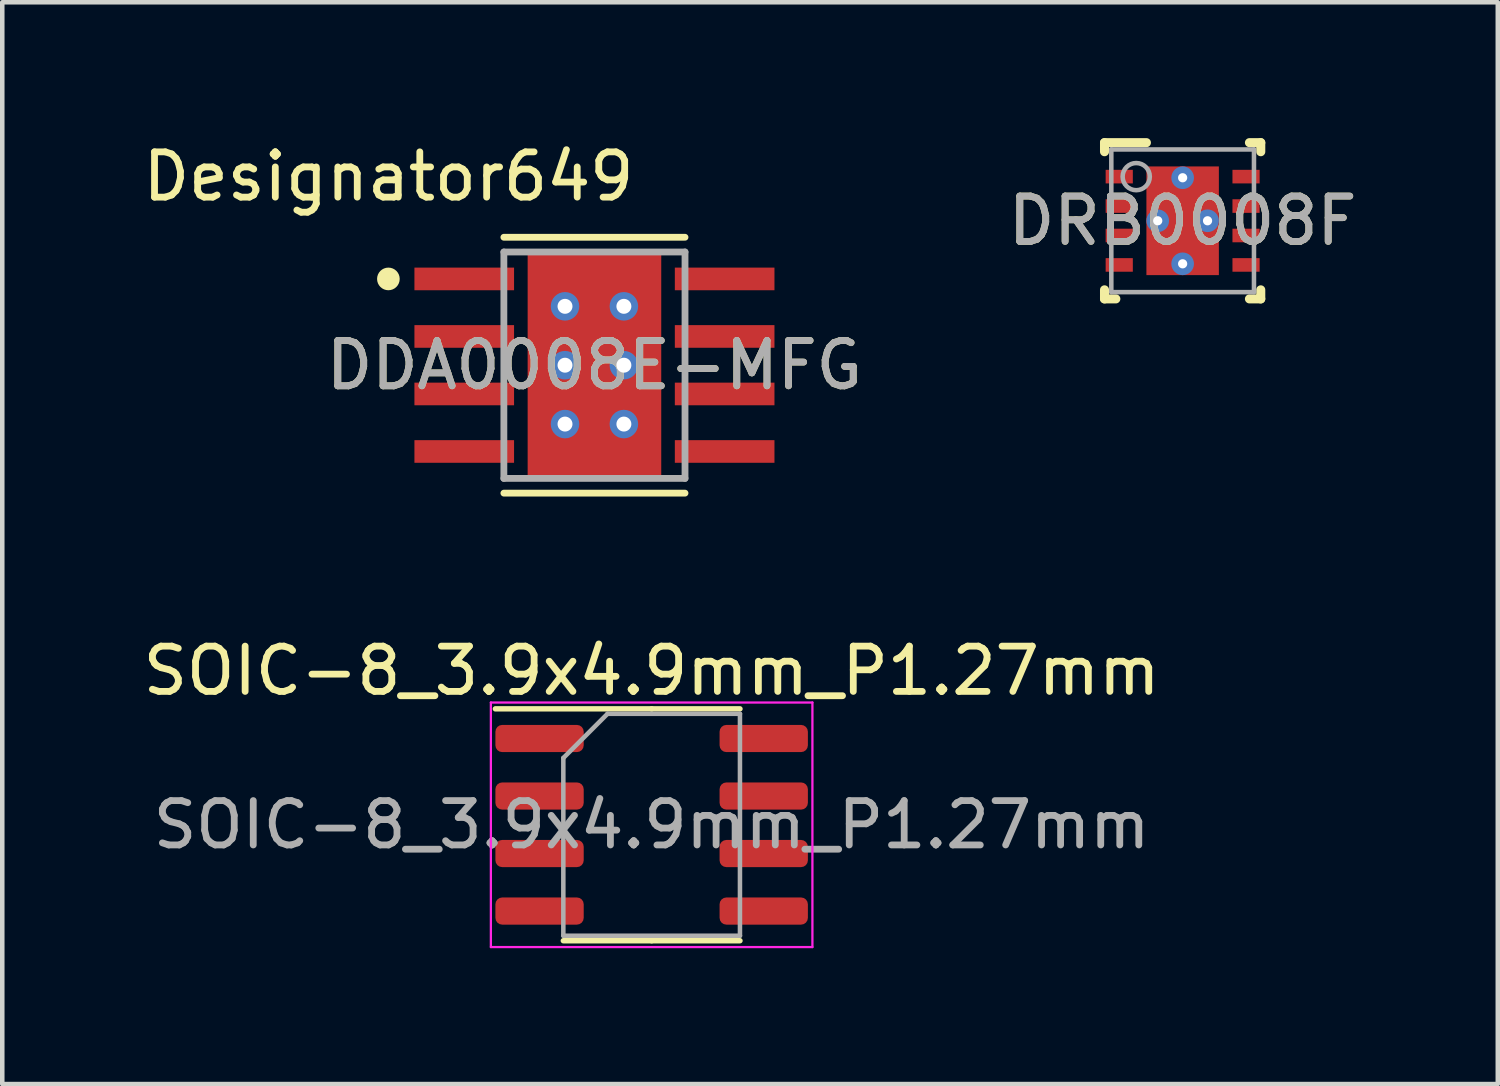
<source format=kicad_pcb>
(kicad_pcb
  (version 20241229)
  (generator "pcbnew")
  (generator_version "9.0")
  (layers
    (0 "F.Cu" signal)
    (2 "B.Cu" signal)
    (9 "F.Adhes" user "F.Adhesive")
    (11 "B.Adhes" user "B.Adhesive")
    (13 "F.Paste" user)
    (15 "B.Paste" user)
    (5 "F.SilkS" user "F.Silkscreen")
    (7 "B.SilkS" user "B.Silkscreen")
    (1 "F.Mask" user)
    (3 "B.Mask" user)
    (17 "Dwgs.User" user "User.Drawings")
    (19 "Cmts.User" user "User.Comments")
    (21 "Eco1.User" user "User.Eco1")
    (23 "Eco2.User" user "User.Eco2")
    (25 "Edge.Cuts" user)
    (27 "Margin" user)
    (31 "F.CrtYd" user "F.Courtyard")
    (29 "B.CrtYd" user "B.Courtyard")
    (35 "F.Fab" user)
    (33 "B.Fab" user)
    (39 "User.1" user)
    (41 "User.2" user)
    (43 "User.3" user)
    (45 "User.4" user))
  (footprint "SOIC-8_3.9x4.9mm_P1.27mm"
    (layer "F.Cu")
    (at 11.339 15.162)
    (property "Reference" "SOIC-8_3.9x4.9mm_P1.27mm" (at 0 -3.4 0) (layer "F.SilkS") (effects (font (size 1 1) (thickness 0.15))))
    (attr smd)
    (fp_line (start 0 -2.56) (end -3.45 -2.56) (stroke (width 0.12) (type solid)) (layer "F.SilkS"))
    (fp_line (start 0 -2.56) (end 1.95 -2.56) (stroke (width 0.12) (type solid)) (layer "F.SilkS"))
    (fp_line (start 0 2.56) (end -1.95 2.56) (stroke (width 0.12) (type solid)) (layer "F.SilkS"))
    (fp_line (start 0 2.56) (end 1.95 2.56) (stroke (width 0.12) (type solid)) (layer "F.SilkS"))
    (fp_line (start -3.55 -2.7) (end -3.55 2.7) (stroke (width 0.05) (type solid)) (layer "F.CrtYd"))
    (fp_line (start -3.55 2.7) (end 3.55 2.7) (stroke (width 0.05) (type solid)) (layer "F.CrtYd"))
    (fp_line (start 3.55 -2.7) (end -3.55 -2.7) (stroke (width 0.05) (type solid)) (layer "F.CrtYd"))
    (fp_line (start 3.55 2.7) (end 3.55 -2.7) (stroke (width 0.05) (type solid)) (layer "F.CrtYd"))
    (fp_line (start -1.95 -1.475) (end -0.975 -2.45) (stroke (width 0.1) (type solid)) (layer "F.Fab"))
    (fp_line (start -1.95 2.45) (end -1.95 -1.475) (stroke (width 0.1) (type solid)) (layer "F.Fab"))
    (fp_line (start -0.975 -2.45) (end 1.95 -2.45) (stroke (width 0.1) (type solid)) (layer "F.Fab"))
    (fp_line (start 1.95 -2.45) (end 1.95 2.45) (stroke (width 0.1) (type solid)) (layer "F.Fab"))
    (fp_line (start 1.95 2.45) (end -1.95 2.45) (stroke (width 0.1) (type solid)) (layer "F.Fab"))
    (fp_text user "${REFERENCE}" (at 0 0 0) (layer "F.Fab") (effects (font (size 0.98 0.98) (thickness 0.15))))
    (pad "1" smd roundrect (at -2.475 -1.905) (size 1.95 0.6) (layers "F.Cu" "F.Mask" "F.Paste") (roundrect_rratio 0.25))
    (pad "2" smd roundrect (at -2.475 -0.635) (size 1.95 0.6) (layers "F.Cu" "F.Mask" "F.Paste") (roundrect_rratio 0.25))
    (pad "3" smd roundrect (at -2.475 0.635) (size 1.95 0.6) (layers "F.Cu" "F.Mask" "F.Paste") (roundrect_rratio 0.25))
    (pad "4" smd roundrect (at -2.475 1.905) (size 1.95 0.6) (layers "F.Cu" "F.Mask" "F.Paste") (roundrect_rratio 0.25))
    (pad "5" smd roundrect (at 2.475 1.905) (size 1.95 0.6) (layers "F.Cu" "F.Mask" "F.Paste") (roundrect_rratio 0.25))
    (pad "6" smd roundrect (at 2.475 0.635) (size 1.95 0.6) (layers "F.Cu" "F.Mask" "F.Paste") (roundrect_rratio 0.25))
    (pad "7" smd roundrect (at 2.475 -0.635) (size 1.95 0.6) (layers "F.Cu" "F.Mask" "F.Paste") (roundrect_rratio 0.25))
    (pad "8" smd roundrect (at 2.475 -1.905) (size 1.95 0.6) (layers "F.Cu" "F.Mask" "F.Paste") (roundrect_rratio 0.25)))
  (footprint "DDA0008E-MFG"
    (layer "F.Cu")
    (at 10.076 5.014)
    (property "Reference" "DDA0008E-MFG" (at 0 0 0) (unlocked yes) (layer "F.SilkS") (effects (font (size 1 1) (thickness 0.15))))
    (attr smd)
    (fp_poly (pts (xy -1.2 1.5) (xy -1.2 -1.5) (xy -1.15 -1.55) (xy 1.15 -1.55) (xy 1.2 -1.5) (xy 1.2 1.5) (xy 1.15 1.55) (xy -1.15 1.55)) (stroke (width 0) (type solid)) (fill yes) (layer "F.Mask"))
    (fp_line (start -2 -2.825) (end 2 -2.825) (stroke (width 0.15) (type solid)) (layer "F.SilkS"))
    (fp_line (start -2 2.825) (end 2 2.825) (stroke (width 0.15) (type solid)) (layer "F.SilkS"))
    (fp_circle (center -4.55 -1.905) (end -4.425 -1.905) (stroke (width 0.25) (type solid)) (fill no) (layer "F.SilkS"))
    (fp_poly (pts (xy -3.95 0.46) (xy -3.9 0.41) (xy -1.85 0.41) (xy -1.8 0.46) (xy -1.8 0.81) (xy -1.85 0.86) (xy -3.9 0.86) (xy -3.95 0.81)) (stroke (width 0) (type solid)) (fill yes) (layer "F.Paste"))
    (fp_poly (pts (xy -3.9 -0.41) (xy -3.95 -0.46) (xy -3.95 -0.81) (xy -3.9 -0.86) (xy -1.85 -0.86) (xy -1.8 -0.81) (xy -1.8 -0.46) (xy -1.85 -0.41)) (stroke (width 0) (type solid)) (fill yes) (layer "F.Paste"))
    (fp_poly (pts (xy -1.85 -1.68) (xy -3.9 -1.68) (xy -3.95 -1.73) (xy -3.95 -2.08) (xy -3.9 -2.13) (xy -1.85 -2.13) (xy -1.8 -2.08) (xy -1.8 -1.73)) (stroke (width 0) (type solid)) (fill yes) (layer "F.Paste"))
    (fp_poly (pts (xy -1.8 1.73) (xy -1.8 2.08) (xy -1.85 2.13) (xy -3.9 2.13) (xy -3.95 2.08) (xy -3.95 1.73) (xy -3.9 1.68) (xy -1.85 1.68)) (stroke (width 0) (type solid)) (fill yes) (layer "F.Paste"))
    (fp_poly (pts (xy -1.2 1.5) (xy -1.2 -1.5) (xy -1.15 -1.55) (xy 1.15 -1.55) (xy 1.2 -1.5) (xy 1.2 1.5) (xy 1.15 1.55) (xy -1.15 1.55)) (stroke (width 0) (type solid)) (fill yes) (layer "F.Paste"))
    (fp_poly (pts (xy 1.85 0.86) (xy 1.8 0.81) (xy 1.8 0.46) (xy 1.85 0.41) (xy 3.9 0.41) (xy 3.95 0.46) (xy 3.95 0.81) (xy 3.9 0.86)) (stroke (width 0) (type solid)) (fill yes) (layer "F.Paste"))
    (fp_poly (pts (xy 3.9 -1.68) (xy 1.85 -1.68) (xy 1.8 -1.73) (xy 1.8 -2.08) (xy 1.85 -2.13) (xy 3.9 -2.13) (xy 3.95 -2.08) (xy 3.95 -1.73)) (stroke (width 0) (type solid)) (fill yes) (layer "F.Paste"))
    (fp_poly (pts (xy 3.9 -0.86) (xy 3.95 -0.81) (xy 3.95 -0.46) (xy 3.9 -0.41) (xy 1.85 -0.41) (xy 1.8 -0.46) (xy 1.8 -0.81) (xy 1.85 -0.86)) (stroke (width 0) (type solid)) (fill yes) (layer "F.Paste"))
    (fp_poly (pts (xy 3.95 1.73) (xy 3.95 2.08) (xy 3.9 2.13) (xy 1.85 2.13) (xy 1.8 2.08) (xy 1.8 1.73) (xy 1.85 1.68) (xy 3.9 1.68)) (stroke (width 0) (type solid)) (fill yes) (layer "F.Paste"))
    (fp_line (start -2 -2.5) (end 2 -2.5) (stroke (width 0.15) (type solid)) (layer "F.Fab"))
    (fp_line (start -2 2.5) (end -2 -2.5) (stroke (width 0.15) (type solid)) (layer "F.Fab"))
    (fp_line (start -2 2.5) (end 2 2.5) (stroke (width 0.15) (type solid)) (layer "F.Fab"))
    (fp_line (start 2 2.5) (end 2 -2.5) (stroke (width 0.15) (type solid)) (layer "F.Fab"))
    (fp_text user "Designator649" (at -4.547 -4.166 0) (unlocked yes) (layer "F.SilkS") (effects (font (size 1 1) (thickness 0.15))))
    (fp_text user "${REFERENCE}" (at 0 0 0) (unlocked yes) (layer "F.Fab") (effects (font (size 1 1) (thickness 0.15))))
    (pad "1" smd rect (at -2.875 -1.905) (size 2.2 0.5) (layers "F.Cu" "F.Mask"))
    (pad "2" smd rect (at -2.875 -0.635) (size 2.2 0.5) (layers "F.Cu" "F.Mask"))
    (pad "3" smd rect (at -2.875 0.635) (size 2.2 0.5) (layers "F.Cu" "F.Mask"))
    (pad "4" smd rect (at -2.875 1.905) (size 2.2 0.5) (layers "F.Cu" "F.Mask"))
    (pad "5" smd rect (at 2.875 1.905) (size 2.2 0.5) (layers "F.Cu" "F.Mask"))
    (pad "6" smd rect (at 2.875 0.635) (size 2.2 0.5) (layers "F.Cu" "F.Mask"))
    (pad "7" smd rect (at 2.875 -0.635) (size 2.2 0.5) (layers "F.Cu" "F.Mask"))
    (pad "8" smd rect (at 2.875 -1.905) (size 2.2 0.5) (layers "F.Cu" "F.Mask"))
    (pad "9" smd rect (at 0 0) (size 2.95 4.9) (layers "F.Cu"))
    (pad "10" thru_hole circle (at -0.65 -1.3) (size 0.63 0.63) (drill 0.33) (layers "*.Cu" "*.Mask"))
    (pad "11" thru_hole circle (at -0.65 0) (size 0.63 0.63) (drill 0.33) (layers "*.Cu" "*.Mask"))
    (pad "12" thru_hole circle (at -0.65 1.3) (size 0.63 0.63) (drill 0.33) (layers "*.Cu" "*.Mask"))
    (pad "13" thru_hole circle (at 0.65 -1.3) (size 0.63 0.63) (drill 0.33) (layers "*.Cu" "*.Mask"))
    (pad "14" thru_hole circle (at 0.65 0) (size 0.63 0.63) (drill 0.33) (layers "*.Cu" "*.Mask"))
    (pad "15" thru_hole circle (at 0.65 1.3) (size 0.63 0.63) (drill 0.33) (layers "*.Cu" "*.Mask")))
  (footprint "DRB0008F"
    (layer "F.Cu")
    (at 23.064 1.825)
    (property "Reference" "DRB0008F" (at 0 0 0) (unlocked yes) (layer "F.SilkS") (effects (font (size 1 1) (thickness 0.15))))
    (attr smd)
    (fp_line (start -1.725 1.725) (end -1.725 1.525) (stroke (width 0.2) (type solid)) (layer "F.SilkS"))
    (fp_line (start -1.725 -1.725) (end -0.8 -1.725) (stroke (width 0.2) (type solid)) (layer "F.SilkS"))
    (fp_line (start -1.725 -1.525) (end -1.725 -1.725) (stroke (width 0.2) (type solid)) (layer "F.SilkS"))
    (fp_line (start -1.725 1.725) (end -1.475 1.725) (stroke (width 0.2) (type solid)) (layer "F.SilkS"))
    (fp_line (start 1.475 -1.725) (end 1.725 -1.725) (stroke (width 0.2) (type solid)) (layer "F.SilkS"))
    (fp_line (start 1.475 1.725) (end 1.725 1.725) (stroke (width 0.2) (type solid)) (layer "F.SilkS"))
    (fp_line (start 1.725 -1.525) (end 1.725 -1.725) (stroke (width 0.2) (type solid)) (layer "F.SilkS"))
    (fp_line (start 1.725 1.725) (end 1.725 1.525) (stroke (width 0.2) (type solid)) (layer "F.SilkS"))
    (fp_poly (pts (xy -0.735 -0.148) (xy -0.735 -1.122) (xy -0.734 -1.131) (xy -0.731 -1.14) (xy -0.727 -1.149) (xy -0.721 -1.156) (xy -0.714 -1.162) (xy -0.705 -1.166) (xy -0.696 -1.169) (xy -0.687 -1.17) (xy 0.687 -1.17) (xy 0.696 -1.169) (xy 0.705 -1.166) (xy 0.714 -1.162) (xy 0.721 -1.156) (xy 0.727 -1.149) (xy 0.731 -1.14) (xy 0.734 -1.131) (xy 0.735 -1.122) (xy 0.735 -0.148) (xy 0.734 -0.139) (xy 0.731 -0.13) (xy 0.727 -0.121) (xy 0.721 -0.114) (xy 0.714 -0.108) (xy 0.705 -0.104) (xy 0.696 -0.101) (xy 0.687 -0.1) (xy -0.687 -0.1) (xy -0.696 -0.101) (xy -0.705 -0.104) (xy -0.714 -0.108) (xy -0.721 -0.114) (xy -0.727 -0.121) (xy -0.731 -0.13) (xy -0.734 -0.139)) (stroke (width 0) (type solid)) (fill yes) (layer "F.Paste"))
    (fp_poly (pts (xy -0.735 1.122) (xy -0.735 0.148) (xy -0.734 0.139) (xy -0.731 0.13) (xy -0.727 0.121) (xy -0.721 0.114) (xy -0.714 0.108) (xy -0.705 0.104) (xy -0.696 0.101) (xy -0.687 0.1) (xy 0.687 0.1) (xy 0.696 0.101) (xy 0.705 0.104) (xy 0.714 0.108) (xy 0.721 0.114) (xy 0.727 0.121) (xy 0.731 0.13) (xy 0.734 0.139) (xy 0.735 0.148) (xy 0.735 1.122) (xy 0.734 1.131) (xy 0.731 1.14) (xy 0.727 1.149) (xy 0.721 1.156) (xy 0.714 1.162) (xy 0.705 1.166) (xy 0.696 1.169) (xy 0.687 1.17) (xy -0.687 1.17) (xy -0.696 1.169) (xy -0.705 1.166) (xy -0.714 1.162) (xy -0.721 1.156) (xy -0.727 1.149) (xy -0.731 1.14) (xy -0.734 1.131)) (stroke (width 0) (type solid)) (fill yes) (layer "F.Paste"))
    (fp_line (start -1.575 -1.575) (end 1.575 -1.575) (stroke (width 0.1) (type solid)) (layer "F.Fab"))
    (fp_line (start -1.575 1.575) (end -1.575 -1.575) (stroke (width 0.1) (type solid)) (layer "F.Fab"))
    (fp_line (start -1.575 1.575) (end 1.575 1.575) (stroke (width 0.1) (type solid)) (layer "F.Fab"))
    (fp_line (start 1.575 1.575) (end 1.575 -1.575) (stroke (width 0.1) (type solid)) (layer "F.Fab"))
    (fp_circle (center -1.025 -0.975) (end -0.725 -0.975) (stroke (width 0.1) (type solid)) (fill no) (layer "F.Fab"))
    (fp_text user "${REFERENCE}" (at 0 0 0) (unlocked yes) (layer "F.Fab") (effects (font (size 1 1) (thickness 0.15))))
    (pad "1" smd rect (at -1.4 -0.975 90) (size 0.3 0.6) (layers "F.Cu" "F.Mask" "F.Paste"))
    (pad "2" smd rect (at -1.4 -0.325 90) (size 0.3 0.6) (layers "F.Cu" "F.Mask" "F.Paste"))
    (pad "3" smd rect (at -1.4 0.325 90) (size 0.3 0.6) (layers "F.Cu" "F.Mask" "F.Paste"))
    (pad "4" smd rect (at -1.4 0.975 90) (size 0.3 0.6) (layers "F.Cu" "F.Mask" "F.Paste"))
    (pad "5" smd rect (at 1.4 0.975 90) (size 0.3 0.6) (layers "F.Cu" "F.Mask" "F.Paste"))
    (pad "6" smd rect (at 1.4 0.325 90) (size 0.3 0.6) (layers "F.Cu" "F.Mask" "F.Paste"))
    (pad "7" smd rect (at 1.4 -0.325 90) (size 0.3 0.6) (layers "F.Cu" "F.Mask" "F.Paste"))
    (pad "8" smd rect (at 1.4 -0.975 90) (size 0.3 0.6) (layers "F.Cu" "F.Mask" "F.Paste"))
    (pad "9" thru_hole circle (at -0.55 0) (size 0.5 0.5) (drill 0.203) (layers "*.Cu" "*.Mask"))
    (pad "9" thru_hole circle (at 0 -0.95) (size 0.5 0.5) (drill 0.203) (layers "*.Cu" "*.Mask"))
    (pad "9" thru_hole circle (at 0 0.95) (size 0.5 0.5) (drill 0.203) (layers "*.Cu" "*.Mask"))
    (pad "9" smd rect (at 0.000003 0) (size 1.6 2.4) (layers "F.Cu" "F.Mask"))
    (pad "9" thru_hole circle (at 0.55 0) (size 0.5 0.5) (drill 0.203) (layers "*.Cu" "*.Mask")))
  (gr_rect
    (start -3 -3)
    (end 30.023 20.887)
    (stroke (width 0.1) (type default))
    (fill no)
    (layer "Edge.Cuts")))
</source>
